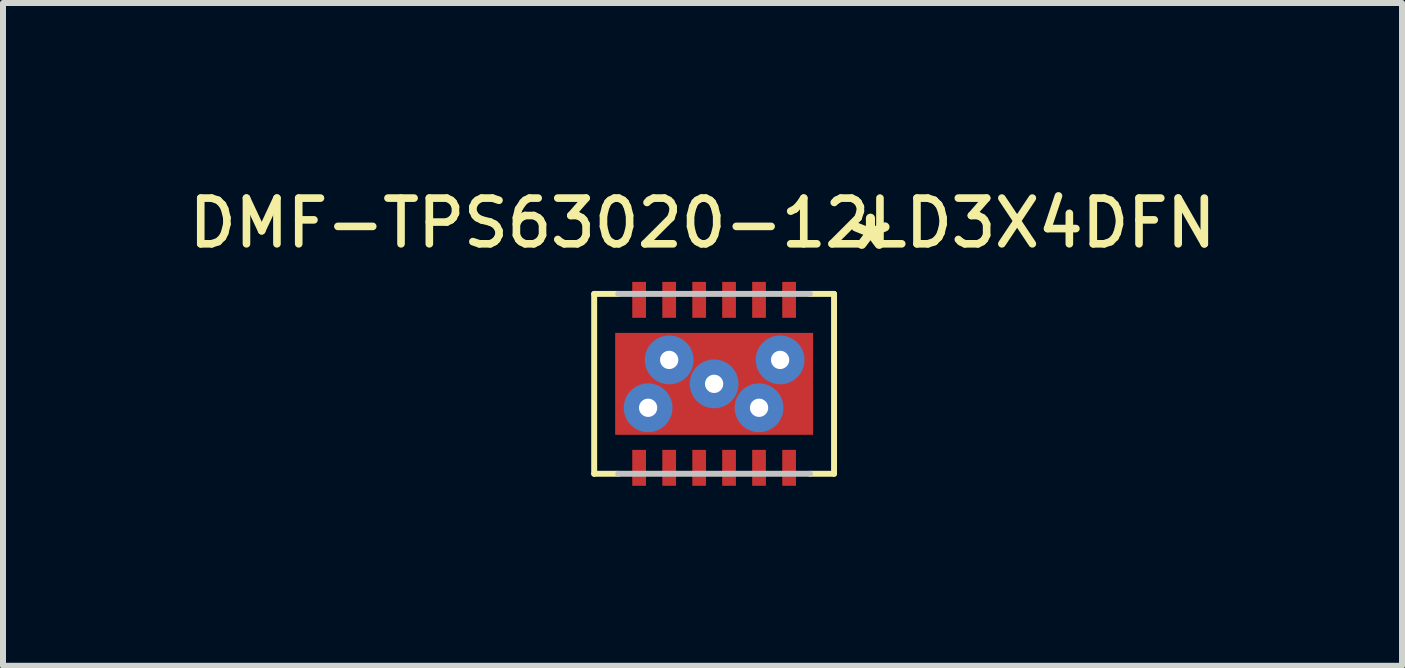
<source format=kicad_pcb>
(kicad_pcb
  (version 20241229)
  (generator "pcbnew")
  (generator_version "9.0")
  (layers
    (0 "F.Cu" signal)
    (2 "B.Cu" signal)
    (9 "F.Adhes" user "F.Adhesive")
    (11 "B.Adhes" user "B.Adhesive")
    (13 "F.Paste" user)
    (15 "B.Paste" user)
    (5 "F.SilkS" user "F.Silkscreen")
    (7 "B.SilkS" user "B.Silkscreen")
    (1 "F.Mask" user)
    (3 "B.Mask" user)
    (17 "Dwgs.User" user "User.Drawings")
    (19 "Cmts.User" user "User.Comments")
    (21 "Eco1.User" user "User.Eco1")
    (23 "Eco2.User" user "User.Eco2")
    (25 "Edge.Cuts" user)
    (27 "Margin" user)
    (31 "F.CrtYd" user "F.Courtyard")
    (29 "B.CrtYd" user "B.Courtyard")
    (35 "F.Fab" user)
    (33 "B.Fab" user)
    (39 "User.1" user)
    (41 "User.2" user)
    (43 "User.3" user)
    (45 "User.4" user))
  (footprint "DMF-TPS63020-12LD3X4DFN"
    (layer "F.Cu")
    (at 8.853 3.348)
    (property "Reference" "DMF-TPS63020-12LD3X4DFN" (at -0.193 -2.68 0) (layer "F.SilkS") (effects (font (size 0.762 0.762) (thickness 0.127))))
    (attr smd)
    (fp_line (start -1.999 -1.499) (end -1.999 1.499) (stroke (width 0.099) (type solid)) (layer "F.SilkS"))
    (fp_line (start -1.598 -1.499) (end -1.999 -1.499) (stroke (width 0.099) (type solid)) (layer "F.SilkS"))
    (fp_line (start -1.598 1.499) (end -1.999 1.499) (stroke (width 0.099) (type solid)) (layer "F.SilkS"))
    (fp_line (start 1.999 -1.499) (end 1.598 -1.499) (stroke (width 0.099) (type solid)) (layer "F.SilkS"))
    (fp_line (start 1.999 -1.499) (end 1.999 1.499) (stroke (width 0.099) (type solid)) (layer "F.SilkS"))
    (fp_line (start 1.999 1.499) (end 1.598 1.499) (stroke (width 0.099) (type solid)) (layer "F.SilkS"))
    (fp_line (start 1.598 -1.499) (end -1.598 -1.499) (stroke (width 0.099) (type solid)) (layer "Dwgs.User"))
    (fp_line (start 1.598 1.499) (end -1.598 1.499) (stroke (width 0.099) (type solid)) (layer "Dwgs.User"))
    (fp_text user "*" (at 2.606 -2.207 0) (layer "F.SilkS") (effects (font (size 1.016 1.016) (thickness 0.152))))
    (pad "P1" smd rect (at 1.25 -1.4) (size 0.229 0.599) (layers "F.Cu" "F.Mask" "F.Paste"))
    (pad "P2" smd rect (at 0.749 -1.4) (size 0.229 0.599) (layers "F.Cu" "F.Mask" "F.Paste"))
    (pad "P3" smd rect (at 0.249 -1.4) (size 0.229 0.599) (layers "F.Cu" "F.Mask" "F.Paste"))
    (pad "P4" smd rect (at -0.249 -1.4) (size 0.229 0.599) (layers "F.Cu" "F.Mask" "F.Paste"))
    (pad "P5" smd rect (at -0.749 -1.4) (size 0.229 0.599) (layers "F.Cu" "F.Mask" "F.Paste"))
    (pad "P6" smd rect (at -1.25 -1.4) (size 0.229 0.599) (layers "F.Cu" "F.Mask" "F.Paste"))
    (pad "P7" smd rect (at -1.25 1.4) (size 0.229 0.599) (layers "F.Cu" "F.Mask" "F.Paste"))
    (pad "P8" smd rect (at -0.749 1.4) (size 0.229 0.599) (layers "F.Cu" "F.Mask" "F.Paste"))
    (pad "P9" smd rect (at -0.249 1.4) (size 0.229 0.599) (layers "F.Cu" "F.Mask" "F.Paste"))
    (pad "P10" smd rect (at 0.249 1.4) (size 0.229 0.599) (layers "F.Cu" "F.Mask" "F.Paste"))
    (pad "P11" smd rect (at 0.749 1.4) (size 0.229 0.599) (layers "F.Cu" "F.Mask" "F.Paste"))
    (pad "P12" smd rect (at 1.25 1.4) (size 0.229 0.599) (layers "F.Cu" "F.Mask" "F.Paste"))
    (pad "PG$1" thru_hole circle (at 0 0) (size 0.813 0.813) (drill 0.305) (layers "*.Cu" "*.Paste" "*.Mask"))
    (pad "PG$2" thru_hole circle (at -0.749 -0.399) (size 0.813 0.813) (drill 0.305) (layers "*.Cu" "*.Paste" "*.Mask"))
    (pad "PG$3" thru_hole circle (at -1.1 0.399) (size 0.813 0.813) (drill 0.305) (layers "*.Cu" "*.Paste" "*.Mask"))
    (pad "PG$4" thru_hole circle (at 1.1 -0.399) (size 0.813 0.813) (drill 0.305) (layers "*.Cu" "*.Paste" "*.Mask"))
    (pad "PG$5" thru_hole circle (at 0.749 0.399) (size 0.813 0.813) (drill 0.305) (layers "*.Cu" "*.Paste" "*.Mask"))
    (pad "PPAD" smd rect (at 0 0) (size 3.299 1.699) (layers "F.Cu" "F.Mask" "F.Paste")))
  (gr_rect
    (start -3 -3)
    (end 20.319 8.048)
    (stroke (width 0.1) (type default))
    (fill no)
    (layer "Edge.Cuts")))
</source>
